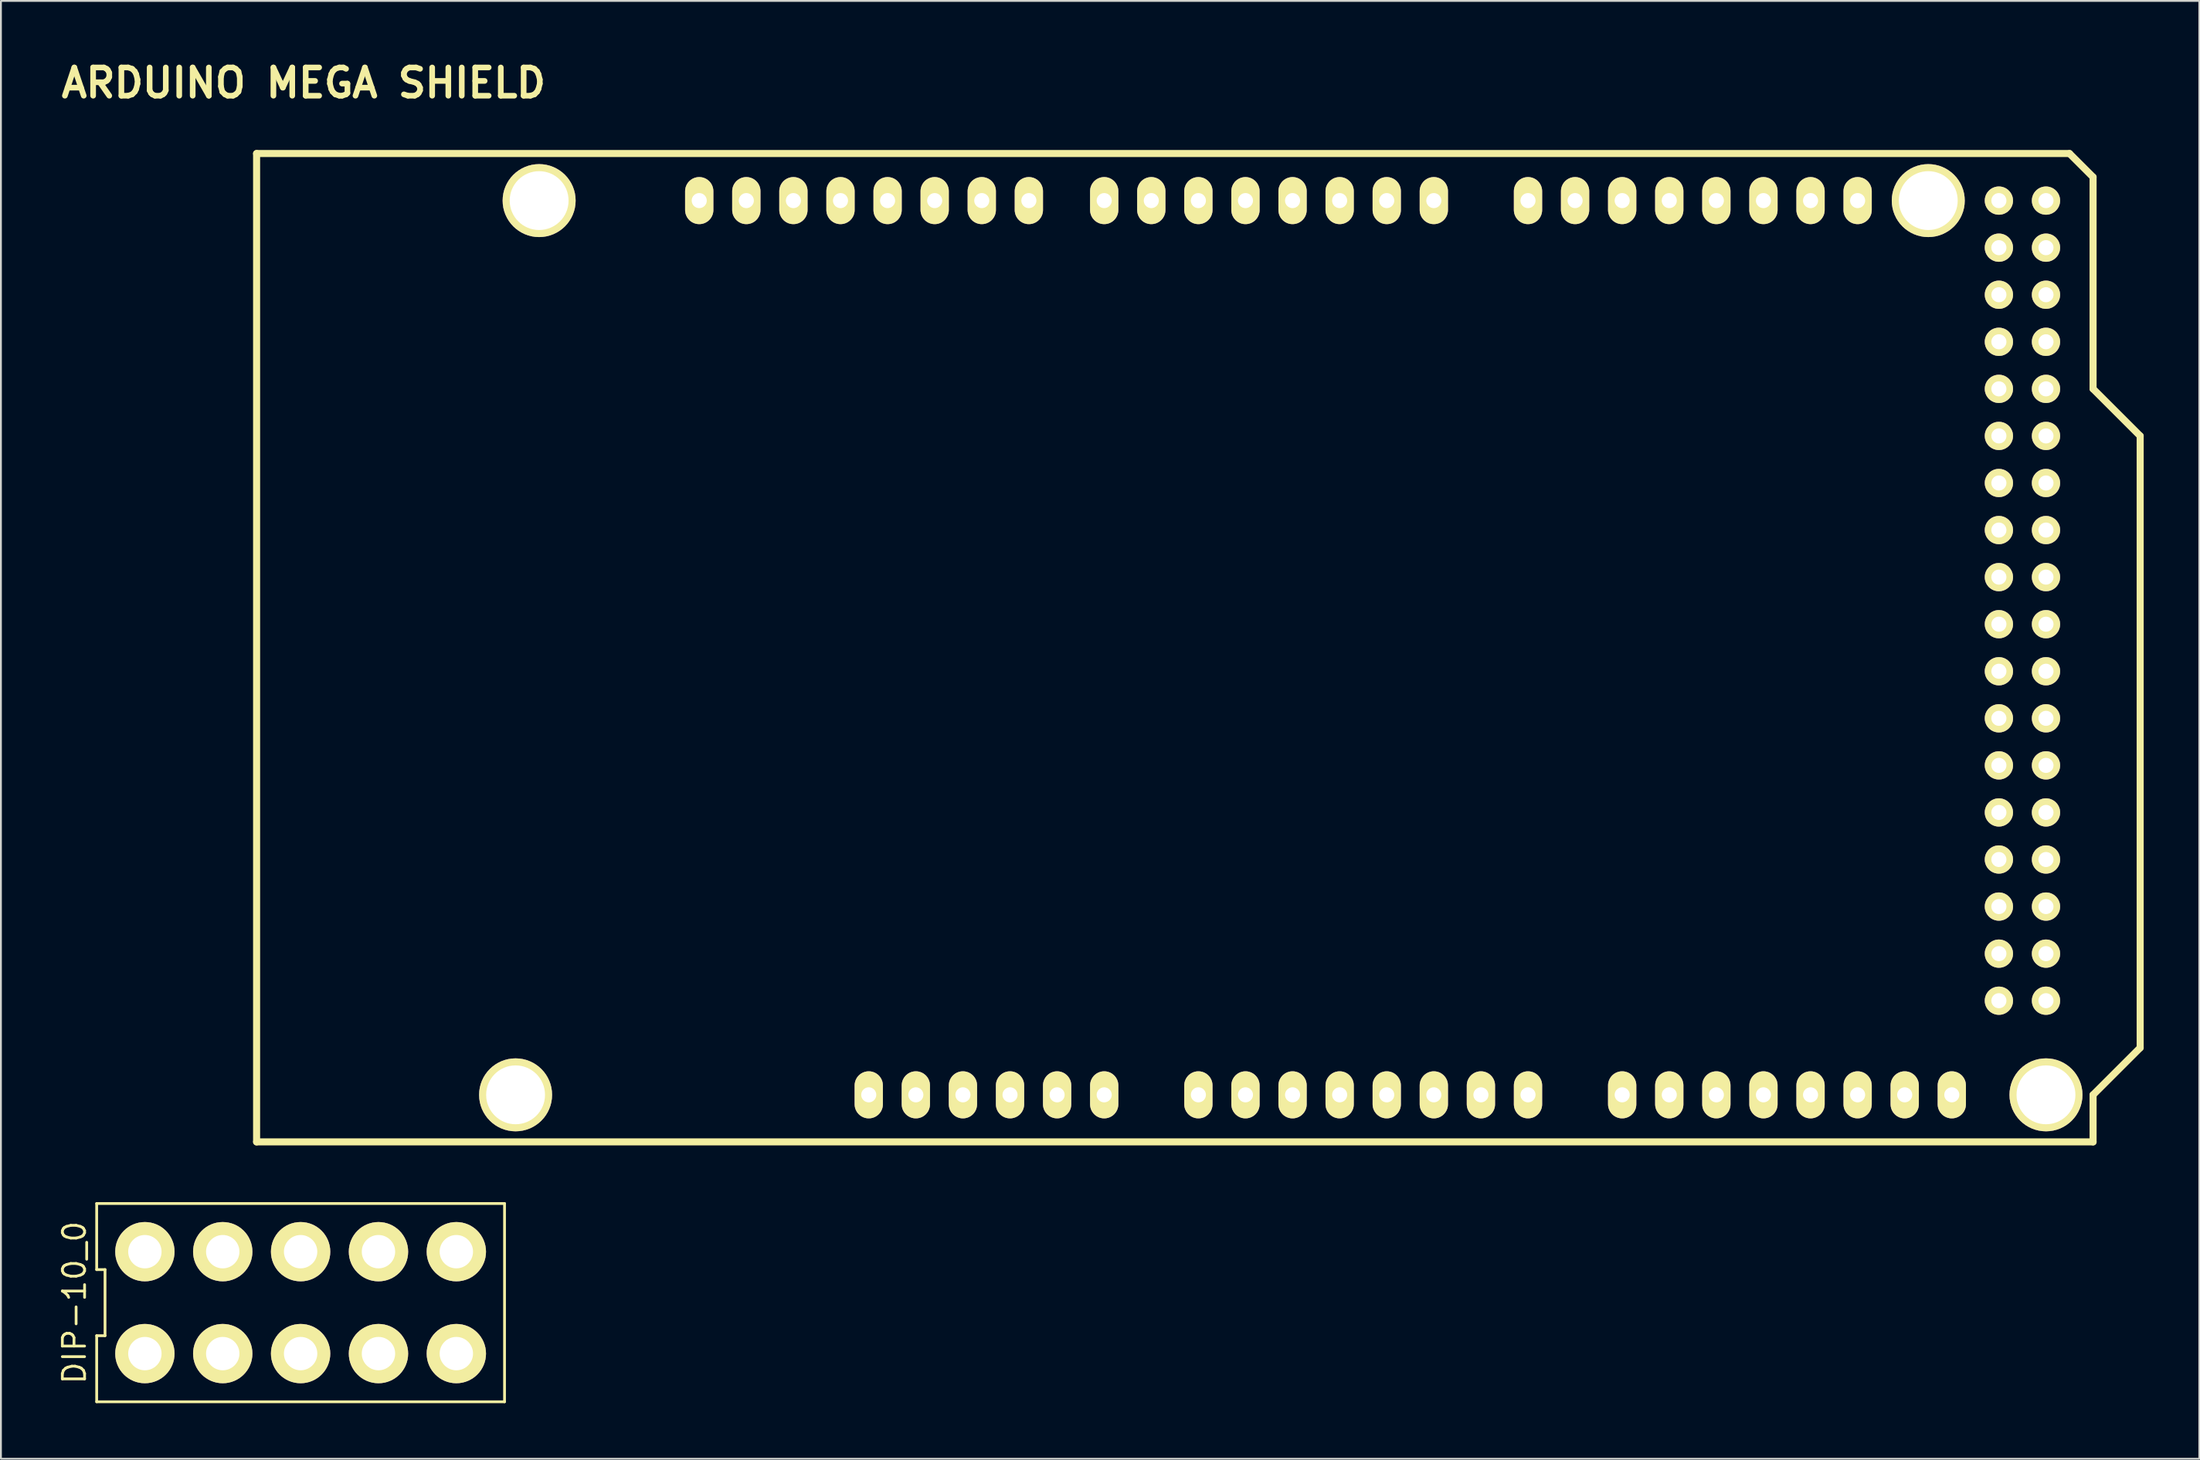
<source format=kicad_pcb>
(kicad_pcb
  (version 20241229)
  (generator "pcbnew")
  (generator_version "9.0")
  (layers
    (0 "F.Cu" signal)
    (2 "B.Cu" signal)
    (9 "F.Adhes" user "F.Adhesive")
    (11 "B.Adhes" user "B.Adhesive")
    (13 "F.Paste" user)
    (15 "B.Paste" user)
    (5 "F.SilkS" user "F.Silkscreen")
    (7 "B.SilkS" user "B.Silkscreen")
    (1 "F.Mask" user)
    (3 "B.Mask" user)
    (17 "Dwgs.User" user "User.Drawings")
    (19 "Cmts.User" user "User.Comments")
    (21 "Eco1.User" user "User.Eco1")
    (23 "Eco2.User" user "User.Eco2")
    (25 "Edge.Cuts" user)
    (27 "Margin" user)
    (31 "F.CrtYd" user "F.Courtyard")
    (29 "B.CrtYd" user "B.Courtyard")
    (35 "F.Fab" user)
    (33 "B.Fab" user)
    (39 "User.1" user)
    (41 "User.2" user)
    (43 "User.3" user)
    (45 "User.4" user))
  (footprint "ARDUINO MEGA SHIELD"
    (layer "F.Cu")
    (at 10.791 58.576)
    (property "Reference" "ARDUINO MEGA SHIELD" (at 2.54 -57.15 0) (layer "F.SilkS") (effects (font (size 1.524 1.524) (thickness 0.305))))
    (attr through_hole)
    (fp_line (start 0 0) (end 0 -53.34) (stroke (width 0.381) (type solid)) (layer "F.SilkS"))
    (fp_line (start 97.79 -53.34) (end 0 -53.34) (stroke (width 0.381) (type solid)) (layer "F.SilkS"))
    (fp_line (start 99.06 -52.07) (end 97.79 -53.34) (stroke (width 0.381) (type solid)) (layer "F.SilkS"))
    (fp_line (start 99.06 -40.64) (end 99.06 -52.07) (stroke (width 0.381) (type solid)) (layer "F.SilkS"))
    (fp_line (start 99.06 -40.64) (end 101.6 -38.1) (stroke (width 0.381) (type solid)) (layer "F.SilkS"))
    (fp_line (start 99.06 -2.54) (end 99.06 0) (stroke (width 0.381) (type solid)) (layer "F.SilkS"))
    (fp_line (start 99.06 0) (end 0 0) (stroke (width 0.381) (type solid)) (layer "F.SilkS"))
    (fp_line (start 101.6 -38.1) (end 101.6 -5.08) (stroke (width 0.381) (type solid)) (layer "F.SilkS"))
    (fp_line (start 101.6 -5.08) (end 99.06 -2.54) (stroke (width 0.381) (type solid)) (layer "F.SilkS"))
    (pad "" thru_hole circle (at 13.97 -2.54 90) (size 3.937 3.937) (drill 3.175) (layers "*.Cu" "*.Mask" "F.SilkS"))
    (pad "" thru_hole circle (at 15.24 -50.8 90) (size 3.937 3.937) (drill 3.175) (layers "*.Cu" "*.Mask" "F.SilkS"))
    (pad "" thru_hole circle (at 90.17 -50.8 90) (size 3.937 3.937) (drill 3.175) (layers "*.Cu" "*.Mask" "F.SilkS"))
    (pad "" thru_hole circle (at 96.52 -2.54 90) (size 3.937 3.937) (drill 3.175) (layers "*.Cu" "*.Mask" "F.SilkS"))
    (pad "0" thru_hole oval (at 63.5 -50.8 90) (size 2.54 1.524) (drill 0.813) (layers "*.Cu" "*.Mask" "F.SilkS"))
    (pad "1" thru_hole oval (at 60.96 -50.8 90) (size 2.54 1.524) (drill 0.813) (layers "*.Cu" "*.Mask" "F.SilkS"))
    (pad "2" thru_hole oval (at 58.42 -50.8 90) (size 2.54 1.524) (drill 0.813) (layers "*.Cu" "*.Mask" "F.SilkS"))
    (pad "3" thru_hole oval (at 55.88 -50.8 90) (size 2.54 1.524) (drill 0.813) (layers "*.Cu" "*.Mask" "F.SilkS"))
    (pad "3V3" thru_hole oval (at 35.56 -2.54 90) (size 2.54 1.524) (drill 0.813) (layers "*.Cu" "*.Mask" "F.SilkS"))
    (pad "4" thru_hole oval (at 53.34 -50.8 90) (size 2.54 1.524) (drill 0.813) (layers "*.Cu" "*.Mask" "F.SilkS"))
    (pad "5" thru_hole oval (at 50.8 -50.8 90) (size 2.54 1.524) (drill 0.813) (layers "*.Cu" "*.Mask" "F.SilkS"))
    (pad "5V" thru_hole oval (at 38.1 -2.54 90) (size 2.54 1.524) (drill 0.813) (layers "*.Cu" "*.Mask" "F.SilkS"))
    (pad "5V_4" thru_hole circle (at 93.98 -50.8) (size 1.524 1.524) (drill 0.813) (layers "*.Cu" "*.Mask" "F.SilkS"))
    (pad "5V_5" thru_hole circle (at 96.52 -50.8) (size 1.524 1.524) (drill 0.813) (layers "*.Cu" "*.Mask" "F.SilkS"))
    (pad "6" thru_hole oval (at 48.26 -50.8 90) (size 2.54 1.524) (drill 0.813) (layers "*.Cu" "*.Mask" "F.SilkS"))
    (pad "7" thru_hole oval (at 45.72 -50.8 90) (size 2.54 1.524) (drill 0.813) (layers "*.Cu" "*.Mask" "F.SilkS"))
    (pad "8" thru_hole oval (at 41.656 -50.8 90) (size 2.54 1.524) (drill 0.813) (layers "*.Cu" "*.Mask" "F.SilkS"))
    (pad "9" thru_hole oval (at 39.116 -50.8 90) (size 2.54 1.524) (drill 0.813) (layers "*.Cu" "*.Mask" "F.SilkS"))
    (pad "10" thru_hole oval (at 36.576 -50.8 90) (size 2.54 1.524) (drill 0.813) (layers "*.Cu" "*.Mask" "F.SilkS"))
    (pad "11" thru_hole oval (at 34.036 -50.8 90) (size 2.54 1.524) (drill 0.813) (layers "*.Cu" "*.Mask" "F.SilkS"))
    (pad "12" thru_hole oval (at 31.496 -50.8 90) (size 2.54 1.524) (drill 0.813) (layers "*.Cu" "*.Mask" "F.SilkS"))
    (pad "13" thru_hole oval (at 28.956 -50.8 90) (size 2.54 1.524) (drill 0.813) (layers "*.Cu" "*.Mask" "F.SilkS"))
    (pad "14" thru_hole oval (at 68.58 -50.8 90) (size 2.54 1.524) (drill 0.813) (layers "*.Cu" "*.Mask" "F.SilkS"))
    (pad "15" thru_hole oval (at 71.12 -50.8 90) (size 2.54 1.524) (drill 0.813) (layers "*.Cu" "*.Mask" "F.SilkS"))
    (pad "16" thru_hole oval (at 73.66 -50.8 90) (size 2.54 1.524) (drill 0.813) (layers "*.Cu" "*.Mask" "F.SilkS"))
    (pad "17" thru_hole oval (at 76.2 -50.8 90) (size 2.54 1.524) (drill 0.813) (layers "*.Cu" "*.Mask" "F.SilkS"))
    (pad "18" thru_hole oval (at 78.74 -50.8 90) (size 2.54 1.524) (drill 0.813) (layers "*.Cu" "*.Mask" "F.SilkS"))
    (pad "19" thru_hole oval (at 81.28 -50.8 90) (size 2.54 1.524) (drill 0.813) (layers "*.Cu" "*.Mask" "F.SilkS"))
    (pad "20" thru_hole oval (at 83.82 -50.8 90) (size 2.54 1.524) (drill 0.813) (layers "*.Cu" "*.Mask" "F.SilkS"))
    (pad "21" thru_hole oval (at 86.36 -50.8 90) (size 2.54 1.524) (drill 0.813) (layers "*.Cu" "*.Mask" "F.SilkS"))
    (pad "22" thru_hole circle (at 93.98 -48.26) (size 1.524 1.524) (drill 0.813) (layers "*.Cu" "*.Mask" "F.SilkS"))
    (pad "23" thru_hole circle (at 96.52 -48.26) (size 1.524 1.524) (drill 0.813) (layers "*.Cu" "*.Mask" "F.SilkS"))
    (pad "24" thru_hole circle (at 93.98 -45.72) (size 1.524 1.524) (drill 0.813) (layers "*.Cu" "*.Mask" "F.SilkS"))
    (pad "25" thru_hole circle (at 96.52 -45.72) (size 1.524 1.524) (drill 0.813) (layers "*.Cu" "*.Mask" "F.SilkS"))
    (pad "26" thru_hole circle (at 93.98 -43.18) (size 1.524 1.524) (drill 0.813) (layers "*.Cu" "*.Mask" "F.SilkS"))
    (pad "27" thru_hole circle (at 96.52 -43.18) (size 1.524 1.524) (drill 0.813) (layers "*.Cu" "*.Mask" "F.SilkS"))
    (pad "28" thru_hole circle (at 93.98 -40.64) (size 1.524 1.524) (drill 0.813) (layers "*.Cu" "*.Mask" "F.SilkS"))
    (pad "29" thru_hole circle (at 96.52 -40.64) (size 1.524 1.524) (drill 0.813) (layers "*.Cu" "*.Mask" "F.SilkS"))
    (pad "30" thru_hole circle (at 93.98 -38.1) (size 1.524 1.524) (drill 0.813) (layers "*.Cu" "*.Mask" "F.SilkS"))
    (pad "31" thru_hole circle (at 96.52 -38.1) (size 1.524 1.524) (drill 0.813) (layers "*.Cu" "*.Mask" "F.SilkS"))
    (pad "32" thru_hole circle (at 93.98 -35.56) (size 1.524 1.524) (drill 0.813) (layers "*.Cu" "*.Mask" "F.SilkS"))
    (pad "33" thru_hole circle (at 96.52 -35.56) (size 1.524 1.524) (drill 0.813) (layers "*.Cu" "*.Mask" "F.SilkS"))
    (pad "34" thru_hole circle (at 93.98 -33.02) (size 1.524 1.524) (drill 0.813) (layers "*.Cu" "*.Mask" "F.SilkS"))
    (pad "35" thru_hole circle (at 96.52 -33.02) (size 1.524 1.524) (drill 0.813) (layers "*.Cu" "*.Mask" "F.SilkS"))
    (pad "36" thru_hole circle (at 93.98 -30.48) (size 1.524 1.524) (drill 0.813) (layers "*.Cu" "*.Mask" "F.SilkS"))
    (pad "37" thru_hole circle (at 96.52 -30.48) (size 1.524 1.524) (drill 0.813) (layers "*.Cu" "*.Mask" "F.SilkS"))
    (pad "38" thru_hole circle (at 93.98 -27.94) (size 1.524 1.524) (drill 0.813) (layers "*.Cu" "*.Mask" "F.SilkS"))
    (pad "39" thru_hole circle (at 96.52 -27.94) (size 1.524 1.524) (drill 0.813) (layers "*.Cu" "*.Mask" "F.SilkS"))
    (pad "40" thru_hole circle (at 93.98 -25.4) (size 1.524 1.524) (drill 0.813) (layers "*.Cu" "*.Mask" "F.SilkS"))
    (pad "41" thru_hole circle (at 96.52 -25.4) (size 1.524 1.524) (drill 0.813) (layers "*.Cu" "*.Mask" "F.SilkS"))
    (pad "42" thru_hole circle (at 93.98 -22.86) (size 1.524 1.524) (drill 0.813) (layers "*.Cu" "*.Mask" "F.SilkS"))
    (pad "43" thru_hole circle (at 96.52 -22.86) (size 1.524 1.524) (drill 0.813) (layers "*.Cu" "*.Mask" "F.SilkS"))
    (pad "44" thru_hole circle (at 93.98 -20.32) (size 1.524 1.524) (drill 0.813) (layers "*.Cu" "*.Mask" "F.SilkS"))
    (pad "45" thru_hole circle (at 96.52 -20.32) (size 1.524 1.524) (drill 0.813) (layers "*.Cu" "*.Mask" "F.SilkS"))
    (pad "46" thru_hole circle (at 93.98 -17.78) (size 1.524 1.524) (drill 0.813) (layers "*.Cu" "*.Mask" "F.SilkS"))
    (pad "47" thru_hole circle (at 96.52 -17.78) (size 1.524 1.524) (drill 0.813) (layers "*.Cu" "*.Mask" "F.SilkS"))
    (pad "48" thru_hole circle (at 93.98 -15.24) (size 1.524 1.524) (drill 0.813) (layers "*.Cu" "*.Mask" "F.SilkS"))
    (pad "49" thru_hole circle (at 96.52 -15.24) (size 1.524 1.524) (drill 0.813) (layers "*.Cu" "*.Mask" "F.SilkS"))
    (pad "50" thru_hole circle (at 93.98 -12.7) (size 1.524 1.524) (drill 0.813) (layers "*.Cu" "*.Mask" "F.SilkS"))
    (pad "51" thru_hole circle (at 96.52 -12.7) (size 1.524 1.524) (drill 0.813) (layers "*.Cu" "*.Mask" "F.SilkS"))
    (pad "52" thru_hole circle (at 93.98 -10.16) (size 1.524 1.524) (drill 0.813) (layers "*.Cu" "*.Mask" "F.SilkS"))
    (pad "53" thru_hole circle (at 96.52 -10.16) (size 1.524 1.524) (drill 0.813) (layers "*.Cu" "*.Mask" "F.SilkS"))
    (pad "AD0" thru_hole oval (at 50.8 -2.54 90) (size 2.54 1.524) (drill 0.813) (layers "*.Cu" "*.Mask" "F.SilkS"))
    (pad "AD1" thru_hole oval (at 53.34 -2.54 90) (size 2.54 1.524) (drill 0.813) (layers "*.Cu" "*.Mask" "F.SilkS"))
    (pad "AD2" thru_hole oval (at 55.88 -2.54 90) (size 2.54 1.524) (drill 0.813) (layers "*.Cu" "*.Mask" "F.SilkS"))
    (pad "AD3" thru_hole oval (at 58.42 -2.54 90) (size 2.54 1.524) (drill 0.813) (layers "*.Cu" "*.Mask" "F.SilkS"))
    (pad "AD4" thru_hole oval (at 60.96 -2.54 90) (size 2.54 1.524) (drill 0.813) (layers "*.Cu" "*.Mask" "F.SilkS"))
    (pad "AD5" thru_hole oval (at 63.5 -2.54 90) (size 2.54 1.524) (drill 0.813) (layers "*.Cu" "*.Mask" "F.SilkS"))
    (pad "AD6" thru_hole oval (at 66.04 -2.54 90) (size 2.54 1.524) (drill 0.813) (layers "*.Cu" "*.Mask" "F.SilkS"))
    (pad "AD7" thru_hole oval (at 68.58 -2.54 90) (size 2.54 1.524) (drill 0.813) (layers "*.Cu" "*.Mask" "F.SilkS"))
    (pad "AD8" thru_hole oval (at 73.66 -2.54 90) (size 2.54 1.524) (drill 0.813) (layers "*.Cu" "*.Mask" "F.SilkS"))
    (pad "AD9" thru_hole oval (at 76.2 -2.54 90) (size 2.54 1.524) (drill 0.813) (layers "*.Cu" "*.Mask" "F.SilkS"))
    (pad "AD10" thru_hole oval (at 78.74 -2.54 90) (size 2.54 1.524) (drill 0.813) (layers "*.Cu" "*.Mask" "F.SilkS"))
    (pad "AD11" thru_hole oval (at 81.28 -2.54 90) (size 2.54 1.524) (drill 0.813) (layers "*.Cu" "*.Mask" "F.SilkS"))
    (pad "AD12" thru_hole oval (at 83.82 -2.54 90) (size 2.54 1.524) (drill 0.813) (layers "*.Cu" "*.Mask" "F.SilkS"))
    (pad "AD13" thru_hole oval (at 86.36 -2.54 90) (size 2.54 1.524) (drill 0.813) (layers "*.Cu" "*.Mask" "F.SilkS"))
    (pad "AD14" thru_hole oval (at 88.9 -2.54 90) (size 2.54 1.524) (drill 0.813) (layers "*.Cu" "*.Mask" "F.SilkS"))
    (pad "AD15" thru_hole oval (at 91.44 -2.54 90) (size 2.54 1.524) (drill 0.813) (layers "*.Cu" "*.Mask" "F.SilkS"))
    (pad "AREF" thru_hole oval (at 23.876 -50.8 90) (size 2.54 1.524) (drill 0.813) (layers "*.Cu" "*.Mask" "F.SilkS"))
    (pad "GND1" thru_hole oval (at 40.64 -2.54 90) (size 2.54 1.524) (drill 0.813) (layers "*.Cu" "*.Mask" "F.SilkS"))
    (pad "GND2" thru_hole oval (at 43.18 -2.54 90) (size 2.54 1.524) (drill 0.813) (layers "*.Cu" "*.Mask" "F.SilkS"))
    (pad "GND3" thru_hole oval (at 26.416 -50.8 90) (size 2.54 1.524) (drill 0.813) (layers "*.Cu" "*.Mask" "F.SilkS"))
    (pad "GND4" thru_hole circle (at 93.98 -7.62) (size 1.524 1.524) (drill 0.813) (layers "*.Cu" "*.Mask" "F.SilkS"))
    (pad "GND5" thru_hole circle (at 96.52 -7.62) (size 1.524 1.524) (drill 0.813) (layers "*.Cu" "*.Mask" "F.SilkS"))
    (pad "RST" thru_hole oval (at 33.02 -2.54 90) (size 2.54 1.524) (drill 0.813) (layers "*.Cu" "*.Mask" "F.SilkS"))
    (pad "V_IN" thru_hole oval (at 45.72 -2.54 90) (size 2.54 1.524) (drill 0.813) (layers "*.Cu" "*.Mask" "F.SilkS")))
  (footprint "DIP-10_0"
    (layer "F.Cu")
    (at 13.165 67.251)
    (property "Reference" "DIP-10_0" (at -12.2 0 90) (layer "F.SilkS") (effects (font (size 1.2 1.2) (thickness 0.15))))
    (attr through_hole)
    (fp_line (start -11 -5.35) (end -11 -1.783) (stroke (width 0.15) (type solid)) (layer "F.SilkS"))
    (fp_line (start -11 -1.783) (end -10.55 -1.783) (stroke (width 0.15) (type solid)) (layer "F.SilkS"))
    (fp_line (start -11 1.783) (end -11 5.35) (stroke (width 0.15) (type solid)) (layer "F.SilkS"))
    (fp_line (start -11 5.35) (end 11 5.35) (stroke (width 0.15) (type solid)) (layer "F.SilkS"))
    (fp_line (start -10.55 -1.783) (end -10.55 1.783) (stroke (width 0.15) (type solid)) (layer "F.SilkS"))
    (fp_line (start -10.55 1.783) (end -11 1.783) (stroke (width 0.15) (type solid)) (layer "F.SilkS"))
    (fp_line (start 11 -5.35) (end -11 -5.35) (stroke (width 0.15) (type solid)) (layer "F.SilkS"))
    (fp_line (start 11 5.35) (end 11 -5.35) (stroke (width 0.15) (type solid)) (layer "F.SilkS"))
    (pad "1" thru_hole circle (at -8.4 2.75) (size 3.2 3.2) (drill 1.8) (layers "*.Cu" "*.Mask" "F.SilkS"))
    (pad "2" thru_hole circle (at -4.2 2.75) (size 3.2 3.2) (drill 1.8) (layers "*.Cu" "*.Mask" "F.SilkS"))
    (pad "3" thru_hole circle (at 0 2.75) (size 3.2 3.2) (drill 1.8) (layers "*.Cu" "*.Mask" "F.SilkS"))
    (pad "4" thru_hole circle (at 4.2 2.75) (size 3.2 3.2) (drill 1.8) (layers "*.Cu" "*.Mask" "F.SilkS"))
    (pad "5" thru_hole circle (at 8.4 2.75) (size 3.2 3.2) (drill 1.8) (layers "*.Cu" "*.Mask" "F.SilkS"))
    (pad "6" thru_hole circle (at 8.4 -2.75) (size 3.2 3.2) (drill 1.8) (layers "*.Cu" "*.Mask" "F.SilkS"))
    (pad "7" thru_hole circle (at 4.2 -2.75) (size 3.2 3.2) (drill 1.8) (layers "*.Cu" "*.Mask" "F.SilkS"))
    (pad "8" thru_hole circle (at 0 -2.75) (size 3.2 3.2) (drill 1.8) (layers "*.Cu" "*.Mask" "F.SilkS"))
    (pad "9" thru_hole circle (at -4.2 -2.75) (size 3.2 3.2) (drill 1.8) (layers "*.Cu" "*.Mask" "F.SilkS"))
    (pad "10" thru_hole circle (at -8.4 -2.75) (size 3.2 3.2) (drill 1.8) (layers "*.Cu" "*.Mask" "F.SilkS")))
  (gr_rect
    (start -3 -3)
    (end 115.582 75.676)
    (stroke (width 0.1) (type default))
    (fill no)
    (layer "Edge.Cuts")))
</source>
